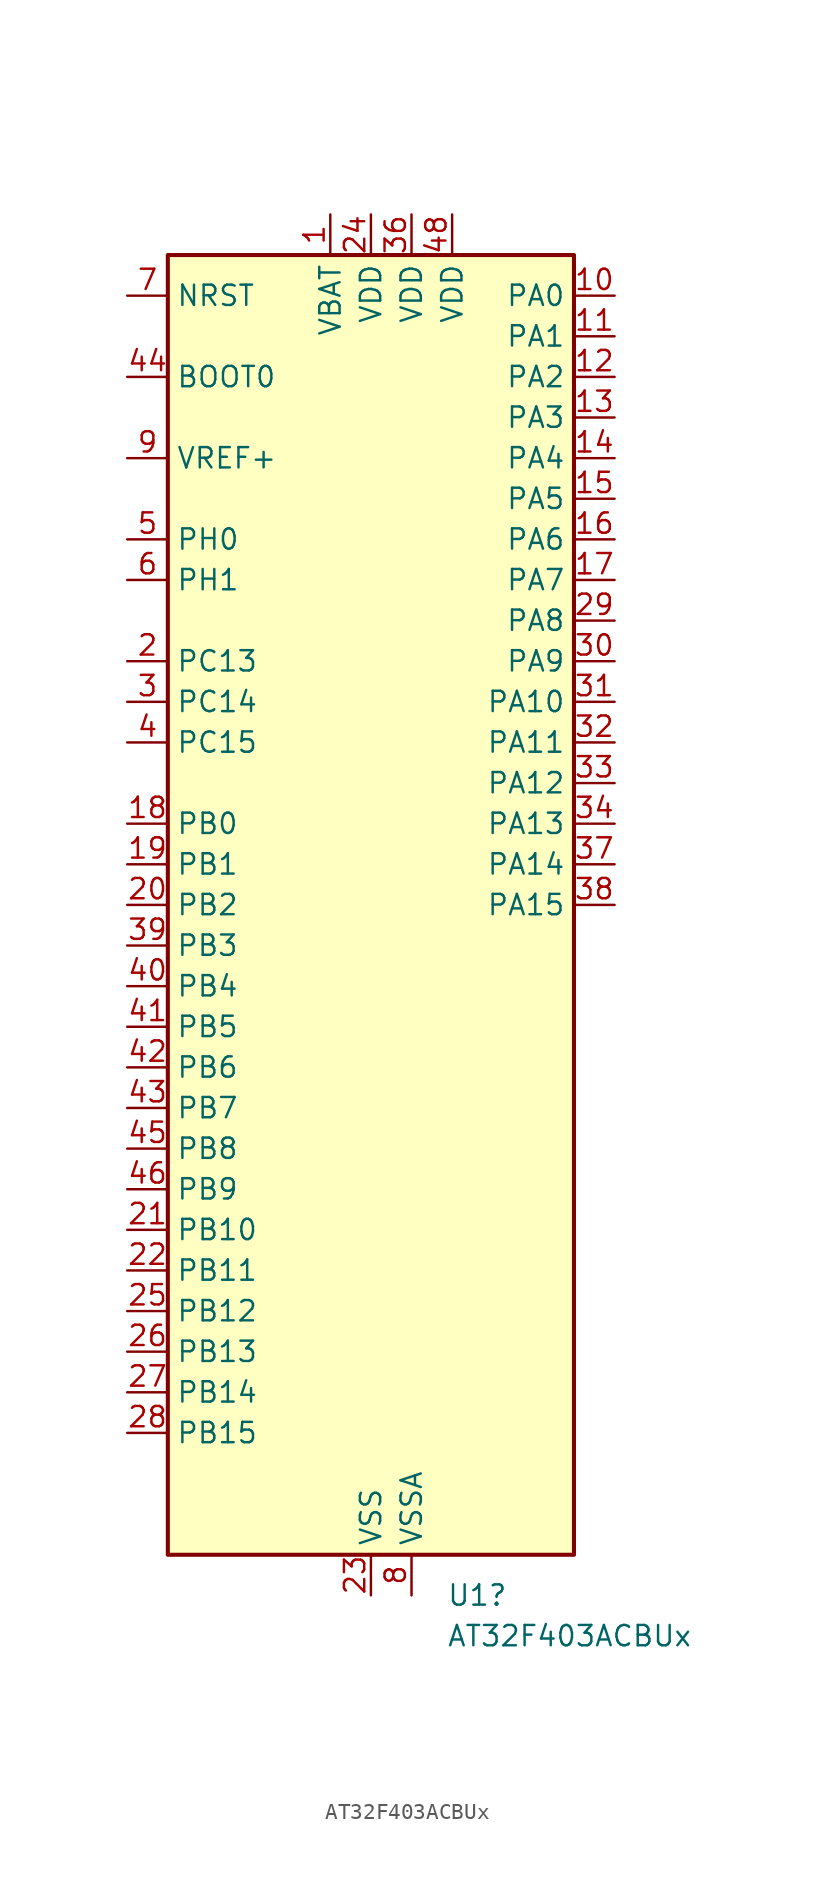
<source format=kicad_sym>
(kicad_symbol_lib
  (version 20220914)
  (generator kicad_symbol_editor)
  (symbol "AT32F403ACBUx"
    (property "Reference" "U1"
      (at 4.734 -43.18 0)
      (effects (font (size 1.27 1.27)) (justify left)))
    (property "Value" "AT32F403ACBUx"
      (at 4.734 -45.72 0)
      (effects (font (size 1.27 1.27)) (justify left)))
    (symbol "AT32F403ACBUx_0_1"
      (rectangle (start -12.7 -40.64) (end 12.7 40.64) (stroke (width 0.254) (type default)) (fill (type background))))
    (symbol "AT32F403ACBUx_1_1"
      (pin power_in line (at -2.54 43.18 270) (length 2.54) (name "VBAT" (effects (font (size 1.27 1.27)))) (number "1" (effects (font (size 1.27 1.27)))))
      (pin bidirectional line (at 15.24 38.1 180) (length 2.54) (name "PA0" (effects (font (size 1.27 1.27)))) (number "10" (effects (font (size 1.27 1.27)))) (alternate "ADC1_IN0" bidirectional line) (alternate "SYS_WKUP" bidirectional line) (alternate "TIM2_CH1" bidirectional line) (alternate "TIM2_ETR" bidirectional line) (alternate "TIM5_CH1" bidirectional line) (alternate "USART2_CTS" bidirectional line))
      (pin bidirectional line (at 15.24 35.56 180) (length 2.54) (name "PA1" (effects (font (size 1.27 1.27)))) (number "11" (effects (font (size 1.27 1.27)))) (alternate "ADC1_IN1" bidirectional line) (alternate "TIM2_CH2" bidirectional line) (alternate "TIM5_CH2" bidirectional line) (alternate "USART2_RTS" bidirectional line))
      (pin bidirectional line (at 15.24 33.02 180) (length 2.54) (name "PA2" (effects (font (size 1.27 1.27)))) (number "12" (effects (font (size 1.27 1.27)))) (alternate "ADC1_IN2" bidirectional line) (alternate "TIM2_CH3" bidirectional line) (alternate "TIM5_CH3" bidirectional line) (alternate "TIM9_CH1" bidirectional line) (alternate "USART2_TX" bidirectional line))
      (pin bidirectional line (at 15.24 30.48 180) (length 2.54) (name "PA3" (effects (font (size 1.27 1.27)))) (number "13" (effects (font (size 1.27 1.27)))) (alternate "ADC1_IN3" bidirectional line) (alternate "TIM2_CH4" bidirectional line) (alternate "TIM5_CH4" bidirectional line) (alternate "TIM9_CH2" bidirectional line) (alternate "USART2_RX" bidirectional line))
      (pin bidirectional line (at 15.24 27.94 180) (length 2.54) (name "PA4" (effects (font (size 1.27 1.27)))) (number "14" (effects (font (size 1.27 1.27)))) (alternate "ADC1_IN4" bidirectional line) (alternate "I2S3_WS" bidirectional line) (alternate "SPI1_NSS" bidirectional line) (alternate "SPI3_NSS" bidirectional line) (alternate "USART2_CK" bidirectional line))
      (pin bidirectional line (at 15.24 25.4 180) (length 2.54) (name "PA5" (effects (font (size 1.27 1.27)))) (number "15" (effects (font (size 1.27 1.27)))) (alternate "ADC1_IN5" bidirectional line) (alternate "SPI1_SCK" bidirectional line) (alternate "TIM2_CH1" bidirectional line) (alternate "TIM2_ETR" bidirectional line))
      (pin bidirectional line (at 15.24 22.86 180) (length 2.54) (name "PA6" (effects (font (size 1.27 1.27)))) (number "16" (effects (font (size 1.27 1.27)))) (alternate "ADC1_IN6" bidirectional line) (alternate "SPI1_MISO" bidirectional line) (alternate "TIM1_BKIN" bidirectional line) (alternate "TIM3_CH1" bidirectional line))
      (pin bidirectional line (at 15.24 20.32 180) (length 2.54) (name "PA7" (effects (font (size 1.27 1.27)))) (number "17" (effects (font (size 1.27 1.27)))) (alternate "ADC1_IN7" bidirectional line) (alternate "SPI1_MOSI" bidirectional line) (alternate "TIM1_CH1N" bidirectional line) (alternate "TIM3_CH2" bidirectional line))
      (pin bidirectional line (at -15.24 5.08 0) (length 2.54) (name "PB0" (effects (font (size 1.27 1.27)))) (number "18" (effects (font (size 1.27 1.27)))) (alternate "ADC1_IN8" bidirectional line) (alternate "TIM1_CH2N" bidirectional line) (alternate "TIM3_CH3" bidirectional line))
      (pin bidirectional line (at -15.24 2.54 0) (length 2.54) (name "PB1" (effects (font (size 1.27 1.27)))) (number "19" (effects (font (size 1.27 1.27)))) (alternate "ADC1_IN9" bidirectional line) (alternate "TIM1_CH3N" bidirectional line) (alternate "TIM3_CH4" bidirectional line))
      (pin bidirectional line (at -15.24 15.24 0) (length 2.54) (name "PC13" (effects (font (size 1.27 1.27)))) (number "2" (effects (font (size 1.27 1.27)))) (alternate "RTC_AF1" bidirectional line))
      (pin bidirectional line (at -15.24 0 0) (length 2.54) (name "PB2" (effects (font (size 1.27 1.27)))) (number "20" (effects (font (size 1.27 1.27)))))
      (pin bidirectional line (at -15.24 -20.32 0) (length 2.54) (name "PB10" (effects (font (size 1.27 1.27)))) (number "21" (effects (font (size 1.27 1.27)))) (alternate "I2C2_SCL" bidirectional line) (alternate "I2S2_CK" bidirectional line) (alternate "SPI2_SCK" bidirectional line) (alternate "TIM2_CH3" bidirectional line))
      (pin bidirectional line (at -15.24 -22.86 0) (length 2.54) (name "PB11" (effects (font (size 1.27 1.27)))) (number "22" (effects (font (size 1.27 1.27)))))
      (pin power_in line (at 0 -43.18 90) (length 2.54) (name "VSS" (effects (font (size 1.27 1.27)))) (number "23" (effects (font (size 1.27 1.27)))))
      (pin power_in line (at 0 43.18 270) (length 2.54) (name "VDD" (effects (font (size 1.27 1.27)))) (number "24" (effects (font (size 1.27 1.27)))))
      (pin bidirectional line (at -15.24 -25.4 0) (length 2.54) (name "PB12" (effects (font (size 1.27 1.27)))) (number "25" (effects (font (size 1.27 1.27)))) (alternate "I2C2_SMBA" bidirectional line) (alternate "I2S2_WS" bidirectional line) (alternate "SPI2_NSS" bidirectional line) (alternate "TIM1_BKIN" bidirectional line))
      (pin bidirectional line (at -15.24 -27.94 0) (length 2.54) (name "PB13" (effects (font (size 1.27 1.27)))) (number "26" (effects (font (size 1.27 1.27)))) (alternate "I2S2_CK" bidirectional line) (alternate "SPI2_SCK" bidirectional line) (alternate "TIM1_CH1N" bidirectional line))
      (pin bidirectional line (at -15.24 -30.48 0) (length 2.54) (name "PB14" (effects (font (size 1.27 1.27)))) (number "27" (effects (font (size 1.27 1.27)))) (alternate "I2S2_ext_SD" bidirectional line) (alternate "SPI2_MISO" bidirectional line) (alternate "TIM1_CH2N" bidirectional line))
      (pin bidirectional line (at -15.24 -33.02 0) (length 2.54) (name "PB15" (effects (font (size 1.27 1.27)))) (number "28" (effects (font (size 1.27 1.27)))) (alternate "ADC1_EXTI15" bidirectional line) (alternate "I2S2_SD" bidirectional line) (alternate "RTC_REFIN" bidirectional line) (alternate "SPI2_MOSI" bidirectional line) (alternate "TIM1_CH3N" bidirectional line))
      (pin bidirectional line (at 15.24 17.78 180) (length 2.54) (name "PA8" (effects (font (size 1.27 1.27)))) (number "29" (effects (font (size 1.27 1.27)))) (alternate "I2C3_SCL" bidirectional line) (alternate "RCC_MCO_1" bidirectional line) (alternate "TIM1_CH1" bidirectional line) (alternate "USART1_CK" bidirectional line) (alternate "USB_OTG_FS_SOF" bidirectional line))
      (pin bidirectional line (at -15.24 12.7 0) (length 2.54) (name "PC14" (effects (font (size 1.27 1.27)))) (number "3" (effects (font (size 1.27 1.27)))) (alternate "RCC_OSC32_IN" bidirectional line))
      (pin bidirectional line (at 15.24 15.24 180) (length 2.54) (name "PA9" (effects (font (size 1.27 1.27)))) (number "30" (effects (font (size 1.27 1.27)))) (alternate "I2C3_SMBA" bidirectional line) (alternate "TIM1_CH2" bidirectional line) (alternate "USART1_TX" bidirectional line) (alternate "USB_OTG_FS_VBUS" bidirectional line))
      (pin bidirectional line (at 15.24 12.7 180) (length 2.54) (name "PA10" (effects (font (size 1.27 1.27)))) (number "31" (effects (font (size 1.27 1.27)))) (alternate "TIM1_CH3" bidirectional line) (alternate "USART1_RX" bidirectional line) (alternate "USB_OTG_FS_ID" bidirectional line))
      (pin bidirectional line (at 15.24 10.16 180) (length 2.54) (name "PA11" (effects (font (size 1.27 1.27)))) (number "32" (effects (font (size 1.27 1.27)))) (alternate "ADC1_EXTI11" bidirectional line) (alternate "TIM1_CH4" bidirectional line) (alternate "USART1_CTS" bidirectional line) (alternate "USART6_TX" bidirectional line) (alternate "USB_OTG_FS_DM" bidirectional line))
      (pin bidirectional line (at 15.24 7.62 180) (length 2.54) (name "PA12" (effects (font (size 1.27 1.27)))) (number "33" (effects (font (size 1.27 1.27)))) (alternate "TIM1_ETR" bidirectional line) (alternate "USART1_RTS" bidirectional line) (alternate "USART6_RX" bidirectional line) (alternate "USB_OTG_FS_DP" bidirectional line))
      (pin bidirectional line (at 15.24 5.08 180) (length 2.54) (name "PA13" (effects (font (size 1.27 1.27)))) (number "34" (effects (font (size 1.27 1.27)))) (alternate "SYS_JTMS-SWDIO" bidirectional line))
      (pin passive line (at 0 -43.18 90) (length 2.54) hide (name "VSS" (effects (font (size 1.27 1.27)))) (number "35" (effects (font (size 1.27 1.27)))))
      (pin power_in line (at 2.54 43.18 270) (length 2.54) (name "VDD" (effects (font (size 1.27 1.27)))) (number "36" (effects (font (size 1.27 1.27)))))
      (pin bidirectional line (at 15.24 2.54 180) (length 2.54) (name "PA14" (effects (font (size 1.27 1.27)))) (number "37" (effects (font (size 1.27 1.27)))) (alternate "SYS_JTCK-SWCLK" bidirectional line))
      (pin bidirectional line (at 15.24 0 180) (length 2.54) (name "PA15" (effects (font (size 1.27 1.27)))) (number "38" (effects (font (size 1.27 1.27)))) (alternate "ADC1_EXTI15" bidirectional line) (alternate "I2S3_WS" bidirectional line) (alternate "SPI1_NSS" bidirectional line) (alternate "SPI3_NSS" bidirectional line) (alternate "SYS_JTDI" bidirectional line) (alternate "TIM2_CH1" bidirectional line) (alternate "TIM2_ETR" bidirectional line))
      (pin bidirectional line (at -15.24 -2.54 0) (length 2.54) (name "PB3" (effects (font (size 1.27 1.27)))) (number "39" (effects (font (size 1.27 1.27)))) (alternate "I2C2_SDA" bidirectional line) (alternate "I2S3_CK" bidirectional line) (alternate "SPI1_SCK" bidirectional line) (alternate "SPI3_SCK" bidirectional line) (alternate "SYS_JTDO-SWO" bidirectional line) (alternate "TIM2_CH2" bidirectional line))
      (pin bidirectional line (at -15.24 10.16 0) (length 2.54) (name "PC15" (effects (font (size 1.27 1.27)))) (number "4" (effects (font (size 1.27 1.27)))) (alternate "ADC1_EXTI15" bidirectional line) (alternate "RCC_OSC32_OUT" bidirectional line))
      (pin bidirectional line (at -15.24 -5.08 0) (length 2.54) (name "PB4" (effects (font (size 1.27 1.27)))) (number "40" (effects (font (size 1.27 1.27)))) (alternate "I2C3_SDA" bidirectional line) (alternate "I2S3_ext_SD" bidirectional line) (alternate "SPI1_MISO" bidirectional line) (alternate "SPI3_MISO" bidirectional line) (alternate "SYS_JTRST" bidirectional line) (alternate "TIM3_CH1" bidirectional line))
      (pin bidirectional line (at -15.24 -7.62 0) (length 2.54) (name "PB5" (effects (font (size 1.27 1.27)))) (number "41" (effects (font (size 1.27 1.27)))) (alternate "I2C1_SMBA" bidirectional line) (alternate "I2S3_SD" bidirectional line) (alternate "SPI1_MOSI" bidirectional line) (alternate "SPI3_MOSI" bidirectional line) (alternate "TIM3_CH2" bidirectional line))
      (pin bidirectional line (at -15.24 -10.16 0) (length 2.54) (name "PB6" (effects (font (size 1.27 1.27)))) (number "42" (effects (font (size 1.27 1.27)))) (alternate "I2C1_SCL" bidirectional line) (alternate "TIM4_CH1" bidirectional line) (alternate "USART1_TX" bidirectional line))
      (pin bidirectional line (at -15.24 -12.7 0) (length 2.54) (name "PB7" (effects (font (size 1.27 1.27)))) (number "43" (effects (font (size 1.27 1.27)))) (alternate "I2C1_SDA" bidirectional line) (alternate "TIM4_CH2" bidirectional line) (alternate "USART1_RX" bidirectional line))
      (pin input line (at -15.24 33.02 0) (length 2.54) (name "BOOT0" (effects (font (size 1.27 1.27)))) (number "44" (effects (font (size 1.27 1.27)))))
      (pin bidirectional line (at -15.24 -15.24 0) (length 2.54) (name "PB8" (effects (font (size 1.27 1.27)))) (number "45" (effects (font (size 1.27 1.27)))) (alternate "I2C1_SCL" bidirectional line) (alternate "TIM10_CH1" bidirectional line) (alternate "TIM4_CH3" bidirectional line))
      (pin bidirectional line (at -15.24 -17.78 0) (length 2.54) (name "PB9" (effects (font (size 1.27 1.27)))) (number "46" (effects (font (size 1.27 1.27)))) (alternate "I2C1_SDA" bidirectional line) (alternate "I2S2_WS" bidirectional line) (alternate "SPI2_NSS" bidirectional line) (alternate "TIM11_CH1" bidirectional line) (alternate "TIM4_CH4" bidirectional line))
      (pin passive line (at 0 -43.18 90) (length 2.54) hide (name "VSS" (effects (font (size 1.27 1.27)))) (number "47" (effects (font (size 1.27 1.27)))))
      (pin power_in line (at 5.08 43.18 270) (length 2.54) (name "VDD" (effects (font (size 1.27 1.27)))) (number "48" (effects (font (size 1.27 1.27)))))
      (pin passive line (at 0 -43.18 90) (length 2.54) hide (name "VSS" (effects (font (size 1.27 1.27)))) (number "49" (effects (font (size 1.27 1.27)))))
      (pin bidirectional line (at -15.24 22.86 0) (length 2.54) (name "PH0" (effects (font (size 1.27 1.27)))) (number "5" (effects (font (size 1.27 1.27)))) (alternate "RCC_OSC_IN" bidirectional line))
      (pin bidirectional line (at -15.24 20.32 0) (length 2.54) (name "PH1" (effects (font (size 1.27 1.27)))) (number "6" (effects (font (size 1.27 1.27)))) (alternate "RCC_OSC_OUT" bidirectional line))
      (pin input line (at -15.24 38.1 0) (length 2.54) (name "NRST" (effects (font (size 1.27 1.27)))) (number "7" (effects (font (size 1.27 1.27)))))
      (pin power_in line (at 2.54 -43.18 90) (length 2.54) (name "VSSA" (effects (font (size 1.27 1.27)))) (number "8" (effects (font (size 1.27 1.27)))))
      (pin input line (at -15.24 27.94 0) (length 2.54) (name "VREF+" (effects (font (size 1.27 1.27)))) (number "9" (effects (font (size 1.27 1.27))))))))
</source>
